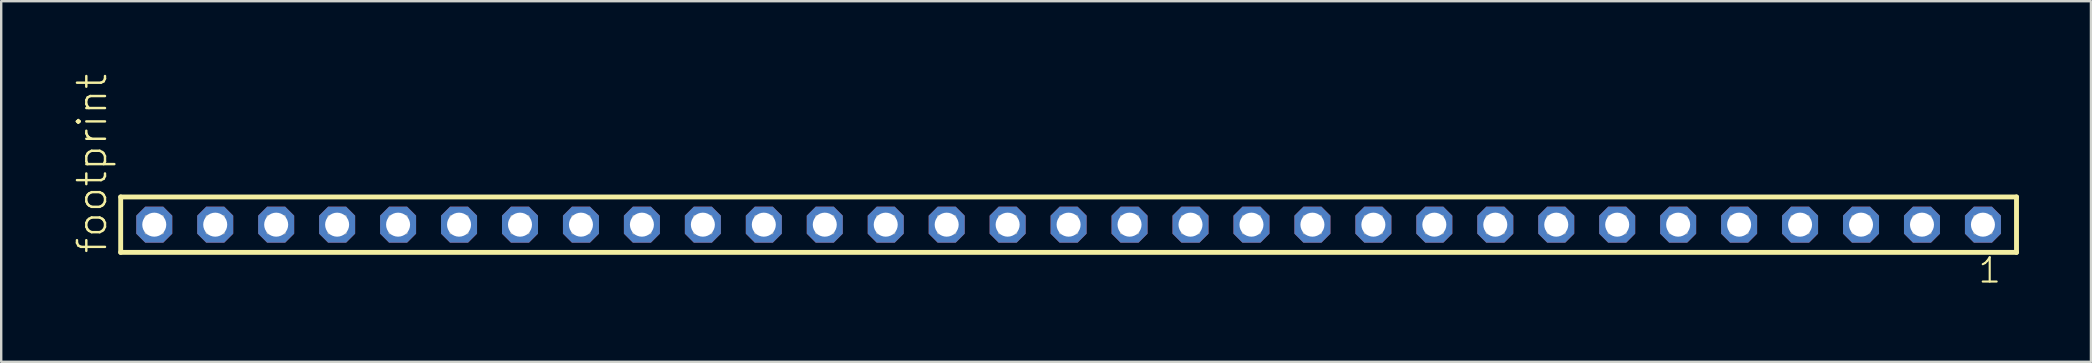
<source format=kicad_pcb>
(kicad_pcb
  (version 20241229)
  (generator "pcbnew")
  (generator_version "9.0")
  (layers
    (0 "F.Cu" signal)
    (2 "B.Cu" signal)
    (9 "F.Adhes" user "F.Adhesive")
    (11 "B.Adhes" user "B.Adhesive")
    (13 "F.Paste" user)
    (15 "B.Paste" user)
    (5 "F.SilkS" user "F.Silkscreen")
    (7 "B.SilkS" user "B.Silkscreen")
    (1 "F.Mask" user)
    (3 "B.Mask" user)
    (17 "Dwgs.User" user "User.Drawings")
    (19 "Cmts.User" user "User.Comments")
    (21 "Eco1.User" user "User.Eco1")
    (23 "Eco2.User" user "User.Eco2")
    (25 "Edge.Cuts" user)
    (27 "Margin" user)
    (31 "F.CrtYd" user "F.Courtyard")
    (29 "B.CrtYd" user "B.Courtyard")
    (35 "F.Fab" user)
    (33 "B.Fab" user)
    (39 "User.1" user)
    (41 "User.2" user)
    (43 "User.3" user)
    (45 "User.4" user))
  (footprint "footprint"
    (layer "F.Cu")
    (at 41.478 6.312)
    (property "Reference" "footprint" (at -40.005 1.27 90) (layer "F.SilkS") (effects (font (size 1.168 1.168) (thickness 0.102)) (justify left bottom)))
    (fp_line (start -39.499 -1.155) (end 39.499 -1.155) (stroke (width 0.203) (type solid)) (layer "F.SilkS"))
    (fp_line (start -39.499 1.155) (end -39.499 -1.155) (stroke (width 0.203) (type solid)) (layer "F.SilkS"))
    (fp_line (start 39.499 -1.155) (end 39.499 1.155) (stroke (width 0.203) (type solid)) (layer "F.SilkS"))
    (fp_line (start 39.499 1.155) (end -39.499 1.155) (stroke (width 0.203) (type solid)) (layer "F.SilkS"))
    (fp_poly (pts (xy -38.45 0.35) (xy -37.75 0.35) (xy -37.75 -0.35) (xy -38.45 -0.35)) (stroke (width 0.1) (type solid)) (fill no) (layer "F.Fab"))
    (fp_poly (pts (xy -35.91 0.35) (xy -35.21 0.35) (xy -35.21 -0.35) (xy -35.91 -0.35)) (stroke (width 0.1) (type solid)) (fill no) (layer "F.Fab"))
    (fp_poly (pts (xy -33.37 0.35) (xy -32.67 0.35) (xy -32.67 -0.35) (xy -33.37 -0.35)) (stroke (width 0.1) (type solid)) (fill no) (layer "F.Fab"))
    (fp_poly (pts (xy -30.83 0.35) (xy -30.13 0.35) (xy -30.13 -0.35) (xy -30.83 -0.35)) (stroke (width 0.1) (type solid)) (fill no) (layer "F.Fab"))
    (fp_poly (pts (xy -28.29 0.35) (xy -27.59 0.35) (xy -27.59 -0.35) (xy -28.29 -0.35)) (stroke (width 0.1) (type solid)) (fill no) (layer "F.Fab"))
    (fp_poly (pts (xy -25.75 0.35) (xy -25.05 0.35) (xy -25.05 -0.35) (xy -25.75 -0.35)) (stroke (width 0.1) (type solid)) (fill no) (layer "F.Fab"))
    (fp_poly (pts (xy -23.21 0.35) (xy -22.51 0.35) (xy -22.51 -0.35) (xy -23.21 -0.35)) (stroke (width 0.1) (type solid)) (fill no) (layer "F.Fab"))
    (fp_poly (pts (xy -20.67 0.35) (xy -19.97 0.35) (xy -19.97 -0.35) (xy -20.67 -0.35)) (stroke (width 0.1) (type solid)) (fill no) (layer "F.Fab"))
    (fp_poly (pts (xy -18.13 0.35) (xy -17.43 0.35) (xy -17.43 -0.35) (xy -18.13 -0.35)) (stroke (width 0.1) (type solid)) (fill no) (layer "F.Fab"))
    (fp_poly (pts (xy -15.59 0.35) (xy -14.89 0.35) (xy -14.89 -0.35) (xy -15.59 -0.35)) (stroke (width 0.1) (type solid)) (fill no) (layer "F.Fab"))
    (fp_poly (pts (xy -13.05 0.35) (xy -12.35 0.35) (xy -12.35 -0.35) (xy -13.05 -0.35)) (stroke (width 0.1) (type solid)) (fill no) (layer "F.Fab"))
    (fp_poly (pts (xy -10.51 0.35) (xy -9.81 0.35) (xy -9.81 -0.35) (xy -10.51 -0.35)) (stroke (width 0.1) (type solid)) (fill no) (layer "F.Fab"))
    (fp_poly (pts (xy -7.97 0.35) (xy -7.27 0.35) (xy -7.27 -0.35) (xy -7.97 -0.35)) (stroke (width 0.1) (type solid)) (fill no) (layer "F.Fab"))
    (fp_poly (pts (xy -5.43 0.35) (xy -4.73 0.35) (xy -4.73 -0.35) (xy -5.43 -0.35)) (stroke (width 0.1) (type solid)) (fill no) (layer "F.Fab"))
    (fp_poly (pts (xy -2.89 0.35) (xy -2.19 0.35) (xy -2.19 -0.35) (xy -2.89 -0.35)) (stroke (width 0.1) (type solid)) (fill no) (layer "F.Fab"))
    (fp_poly (pts (xy -0.35 0.35) (xy 0.35 0.35) (xy 0.35 -0.35) (xy -0.35 -0.35)) (stroke (width 0.1) (type solid)) (fill no) (layer "F.Fab"))
    (fp_poly (pts (xy 2.19 0.35) (xy 2.89 0.35) (xy 2.89 -0.35) (xy 2.19 -0.35)) (stroke (width 0.1) (type solid)) (fill no) (layer "F.Fab"))
    (fp_poly (pts (xy 4.73 0.35) (xy 5.43 0.35) (xy 5.43 -0.35) (xy 4.73 -0.35)) (stroke (width 0.1) (type solid)) (fill no) (layer "F.Fab"))
    (fp_poly (pts (xy 7.27 0.35) (xy 7.97 0.35) (xy 7.97 -0.35) (xy 7.27 -0.35)) (stroke (width 0.1) (type solid)) (fill no) (layer "F.Fab"))
    (fp_poly (pts (xy 9.81 0.35) (xy 10.51 0.35) (xy 10.51 -0.35) (xy 9.81 -0.35)) (stroke (width 0.1) (type solid)) (fill no) (layer "F.Fab"))
    (fp_poly (pts (xy 12.35 0.35) (xy 13.05 0.35) (xy 13.05 -0.35) (xy 12.35 -0.35)) (stroke (width 0.1) (type solid)) (fill no) (layer "F.Fab"))
    (fp_poly (pts (xy 14.89 0.35) (xy 15.59 0.35) (xy 15.59 -0.35) (xy 14.89 -0.35)) (stroke (width 0.1) (type solid)) (fill no) (layer "F.Fab"))
    (fp_poly (pts (xy 17.43 0.35) (xy 18.13 0.35) (xy 18.13 -0.35) (xy 17.43 -0.35)) (stroke (width 0.1) (type solid)) (fill no) (layer "F.Fab"))
    (fp_poly (pts (xy 19.97 0.35) (xy 20.67 0.35) (xy 20.67 -0.35) (xy 19.97 -0.35)) (stroke (width 0.1) (type solid)) (fill no) (layer "F.Fab"))
    (fp_poly (pts (xy 22.51 0.35) (xy 23.21 0.35) (xy 23.21 -0.35) (xy 22.51 -0.35)) (stroke (width 0.1) (type solid)) (fill no) (layer "F.Fab"))
    (fp_poly (pts (xy 25.05 0.35) (xy 25.75 0.35) (xy 25.75 -0.35) (xy 25.05 -0.35)) (stroke (width 0.1) (type solid)) (fill no) (layer "F.Fab"))
    (fp_poly (pts (xy 27.59 0.35) (xy 28.29 0.35) (xy 28.29 -0.35) (xy 27.59 -0.35)) (stroke (width 0.1) (type solid)) (fill no) (layer "F.Fab"))
    (fp_poly (pts (xy 30.13 0.35) (xy 30.83 0.35) (xy 30.83 -0.35) (xy 30.13 -0.35)) (stroke (width 0.1) (type solid)) (fill no) (layer "F.Fab"))
    (fp_poly (pts (xy 32.67 0.35) (xy 33.37 0.35) (xy 33.37 -0.35) (xy 32.67 -0.35)) (stroke (width 0.1) (type solid)) (fill no) (layer "F.Fab"))
    (fp_poly (pts (xy 35.21 0.35) (xy 35.91 0.35) (xy 35.91 -0.35) (xy 35.21 -0.35)) (stroke (width 0.1) (type solid)) (fill no) (layer "F.Fab"))
    (fp_poly (pts (xy 37.75 0.35) (xy 38.45 0.35) (xy 38.45 -0.35) (xy 37.75 -0.35)) (stroke (width 0.1) (type solid)) (fill no) (layer "F.Fab"))
    (fp_text user "1" (at 37.842 2.498 0) (layer "F.SilkS") (effects (font (size 1.012 1.012) (thickness 0.088)) (justify left bottom)))
    (pad "1" thru_hole roundrect (at 38.1 0 180) (size 1.5 1.5) (drill 1) (layers "*.Cu" "*.Mask") (roundrect_rratio 0.25) (chamfer_ratio 0.25) (chamfer top_left top_right bottom_left bottom_right))
    (pad "2" thru_hole roundrect (at 35.56 0 180) (size 1.5 1.5) (drill 1) (layers "*.Cu" "*.Mask") (roundrect_rratio 0.25) (chamfer_ratio 0.25) (chamfer top_left top_right bottom_left bottom_right))
    (pad "3" thru_hole roundrect (at 33.02 0 180) (size 1.5 1.5) (drill 1) (layers "*.Cu" "*.Mask") (roundrect_rratio 0.25) (chamfer_ratio 0.25) (chamfer top_left top_right bottom_left bottom_right))
    (pad "4" thru_hole roundrect (at 30.48 0 180) (size 1.5 1.5) (drill 1) (layers "*.Cu" "*.Mask") (roundrect_rratio 0.25) (chamfer_ratio 0.25) (chamfer top_left top_right bottom_left bottom_right))
    (pad "5" thru_hole roundrect (at 27.94 0 180) (size 1.5 1.5) (drill 1) (layers "*.Cu" "*.Mask") (roundrect_rratio 0.25) (chamfer_ratio 0.25) (chamfer top_left top_right bottom_left bottom_right))
    (pad "6" thru_hole roundrect (at 25.4 0 180) (size 1.5 1.5) (drill 1) (layers "*.Cu" "*.Mask") (roundrect_rratio 0.25) (chamfer_ratio 0.25) (chamfer top_left top_right bottom_left bottom_right))
    (pad "7" thru_hole roundrect (at 22.86 0 180) (size 1.5 1.5) (drill 1) (layers "*.Cu" "*.Mask") (roundrect_rratio 0.25) (chamfer_ratio 0.25) (chamfer top_left top_right bottom_left bottom_right))
    (pad "8" thru_hole roundrect (at 20.32 0 180) (size 1.5 1.5) (drill 1) (layers "*.Cu" "*.Mask") (roundrect_rratio 0.25) (chamfer_ratio 0.25) (chamfer top_left top_right bottom_left bottom_right))
    (pad "9" thru_hole roundrect (at 17.78 0 180) (size 1.5 1.5) (drill 1) (layers "*.Cu" "*.Mask") (roundrect_rratio 0.25) (chamfer_ratio 0.25) (chamfer top_left top_right bottom_left bottom_right))
    (pad "10" thru_hole roundrect (at 15.24 0 180) (size 1.5 1.5) (drill 1) (layers "*.Cu" "*.Mask") (roundrect_rratio 0.25) (chamfer_ratio 0.25) (chamfer top_left top_right bottom_left bottom_right))
    (pad "11" thru_hole roundrect (at 12.7 0 180) (size 1.5 1.5) (drill 1) (layers "*.Cu" "*.Mask") (roundrect_rratio 0.25) (chamfer_ratio 0.25) (chamfer top_left top_right bottom_left bottom_right))
    (pad "12" thru_hole roundrect (at 10.16 0 180) (size 1.5 1.5) (drill 1) (layers "*.Cu" "*.Mask") (roundrect_rratio 0.25) (chamfer_ratio 0.25) (chamfer top_left top_right bottom_left bottom_right))
    (pad "13" thru_hole roundrect (at 7.62 0 180) (size 1.5 1.5) (drill 1) (layers "*.Cu" "*.Mask") (roundrect_rratio 0.25) (chamfer_ratio 0.25) (chamfer top_left top_right bottom_left bottom_right))
    (pad "14" thru_hole roundrect (at 5.08 0 180) (size 1.5 1.5) (drill 1) (layers "*.Cu" "*.Mask") (roundrect_rratio 0.25) (chamfer_ratio 0.25) (chamfer top_left top_right bottom_left bottom_right))
    (pad "15" thru_hole roundrect (at 2.54 0 180) (size 1.5 1.5) (drill 1) (layers "*.Cu" "*.Mask") (roundrect_rratio 0.25) (chamfer_ratio 0.25) (chamfer top_left top_right bottom_left bottom_right))
    (pad "16" thru_hole roundrect (at 0 0 180) (size 1.5 1.5) (drill 1) (layers "*.Cu" "*.Mask") (roundrect_rratio 0.25) (chamfer_ratio 0.25) (chamfer top_left top_right bottom_left bottom_right))
    (pad "17" thru_hole roundrect (at -2.54 0 180) (size 1.5 1.5) (drill 1) (layers "*.Cu" "*.Mask") (roundrect_rratio 0.25) (chamfer_ratio 0.25) (chamfer top_left top_right bottom_left bottom_right))
    (pad "18" thru_hole roundrect (at -5.08 0 180) (size 1.5 1.5) (drill 1) (layers "*.Cu" "*.Mask") (roundrect_rratio 0.25) (chamfer_ratio 0.25) (chamfer top_left top_right bottom_left bottom_right))
    (pad "19" thru_hole roundrect (at -7.62 0 180) (size 1.5 1.5) (drill 1) (layers "*.Cu" "*.Mask") (roundrect_rratio 0.25) (chamfer_ratio 0.25) (chamfer top_left top_right bottom_left bottom_right))
    (pad "20" thru_hole roundrect (at -10.16 0 180) (size 1.5 1.5) (drill 1) (layers "*.Cu" "*.Mask") (roundrect_rratio 0.25) (chamfer_ratio 0.25) (chamfer top_left top_right bottom_left bottom_right))
    (pad "21" thru_hole roundrect (at -12.7 0 180) (size 1.5 1.5) (drill 1) (layers "*.Cu" "*.Mask") (roundrect_rratio 0.25) (chamfer_ratio 0.25) (chamfer top_left top_right bottom_left bottom_right))
    (pad "22" thru_hole roundrect (at -15.24 0 180) (size 1.5 1.5) (drill 1) (layers "*.Cu" "*.Mask") (roundrect_rratio 0.25) (chamfer_ratio 0.25) (chamfer top_left top_right bottom_left bottom_right))
    (pad "23" thru_hole roundrect (at -17.78 0 180) (size 1.5 1.5) (drill 1) (layers "*.Cu" "*.Mask") (roundrect_rratio 0.25) (chamfer_ratio 0.25) (chamfer top_left top_right bottom_left bottom_right))
    (pad "24" thru_hole roundrect (at -20.32 0 180) (size 1.5 1.5) (drill 1) (layers "*.Cu" "*.Mask") (roundrect_rratio 0.25) (chamfer_ratio 0.25) (chamfer top_left top_right bottom_left bottom_right))
    (pad "25" thru_hole roundrect (at -22.86 0 180) (size 1.5 1.5) (drill 1) (layers "*.Cu" "*.Mask") (roundrect_rratio 0.25) (chamfer_ratio 0.25) (chamfer top_left top_right bottom_left bottom_right))
    (pad "26" thru_hole roundrect (at -25.4 0 180) (size 1.5 1.5) (drill 1) (layers "*.Cu" "*.Mask") (roundrect_rratio 0.25) (chamfer_ratio 0.25) (chamfer top_left top_right bottom_left bottom_right))
    (pad "27" thru_hole roundrect (at -27.94 0 180) (size 1.5 1.5) (drill 1) (layers "*.Cu" "*.Mask") (roundrect_rratio 0.25) (chamfer_ratio 0.25) (chamfer top_left top_right bottom_left bottom_right))
    (pad "28" thru_hole roundrect (at -30.48 0 180) (size 1.5 1.5) (drill 1) (layers "*.Cu" "*.Mask") (roundrect_rratio 0.25) (chamfer_ratio 0.25) (chamfer top_left top_right bottom_left bottom_right))
    (pad "29" thru_hole roundrect (at -33.02 0 180) (size 1.5 1.5) (drill 1) (layers "*.Cu" "*.Mask") (roundrect_rratio 0.25) (chamfer_ratio 0.25) (chamfer top_left top_right bottom_left bottom_right))
    (pad "30" thru_hole roundrect (at -35.56 0 180) (size 1.5 1.5) (drill 1) (layers "*.Cu" "*.Mask") (roundrect_rratio 0.25) (chamfer_ratio 0.25) (chamfer top_left top_right bottom_left bottom_right))
    (pad "31" thru_hole roundrect (at -38.1 0 180) (size 1.5 1.5) (drill 1) (layers "*.Cu" "*.Mask") (roundrect_rratio 0.25) (chamfer_ratio 0.25) (chamfer top_left top_right bottom_left bottom_right)))
  (gr_rect
    (start -3 -3)
    (end 84.079 12.027)
    (stroke (width 0.1) (type default))
    (fill no)
    (layer "Edge.Cuts")))
</source>
